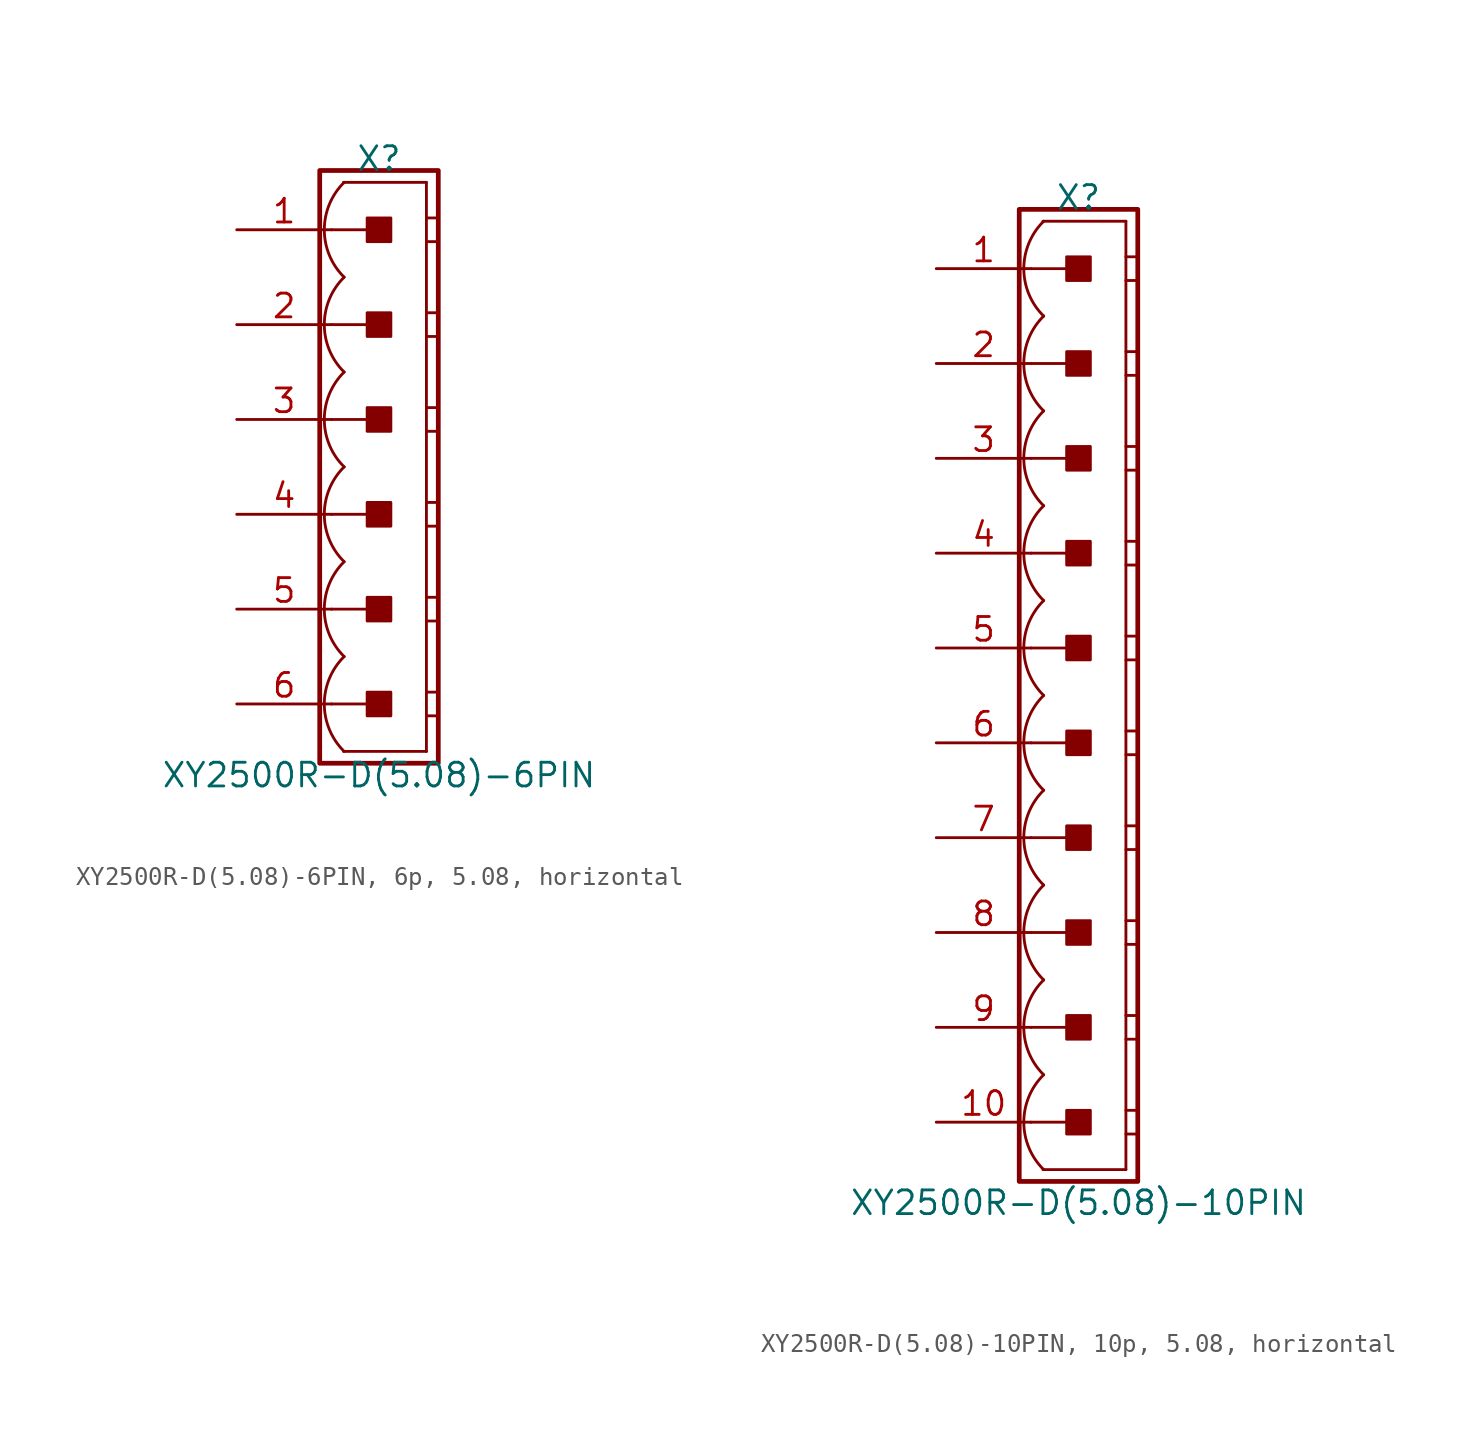
<source format=kicad_sym>
(kicad_symbol_lib
  (version 20241209)
  (generator "kicad_symbol_editor")
  (generator_version "9.0")
  (symbol "XY2500R-D(5.08)-6PIN, 6p, 5.08, horizontal"
    (pin_names
      (offset 1.016)
      (hide yes))
    (property "Reference" "X"
      (at 0 16.51 0)
      (effects (font (size 1.27 1.27))))
    (property "Value" "XY2500R-D(5.08)-6PIN"
      (at 0 -16.51 0)
      (effects (font (size 1.27 1.27))))
    (symbol "XY2500R-D(5.08)-6PIN, 6p, 5.08, horizontal_0_1"
      (polyline (pts (xy 2.54 15.24) (xy -1.905 15.24)) (stroke (width 0.152) (type default)) (fill (type none)))
      (polyline (pts (xy 2.54 15.24) (xy 2.54 -15.24)) (stroke (width 0.152) (type default)) (fill (type none)))
      (polyline (pts (xy 2.54 13.335) (xy 3.175 13.335)) (stroke (width 0.152) (type default)) (fill (type none)))
      (polyline (pts (xy 2.54 12.065) (xy 3.175 12.065)) (stroke (width 0.152) (type default)) (fill (type none)))
      (polyline (pts (xy 2.54 8.255) (xy 3.175 8.255)) (stroke (width 0.152) (type default)) (fill (type none)))
      (polyline (pts (xy 2.54 6.985) (xy 3.175 6.985)) (stroke (width 0.152) (type default)) (fill (type none)))
      (polyline (pts (xy 2.54 3.175) (xy 3.175 3.175)) (stroke (width 0.152) (type default)) (fill (type none)))
      (polyline (pts (xy 2.54 1.905) (xy 3.175 1.905)) (stroke (width 0.152) (type default)) (fill (type none)))
      (polyline (pts (xy 2.54 -1.905) (xy 3.175 -1.905)) (stroke (width 0.152) (type default)) (fill (type none)))
      (polyline (pts (xy 2.54 -3.175) (xy 3.175 -3.175)) (stroke (width 0.152) (type default)) (fill (type none)))
      (polyline (pts (xy 2.54 -6.985) (xy 3.175 -6.985)) (stroke (width 0.152) (type default)) (fill (type none)))
      (polyline (pts (xy 2.54 -8.255) (xy 3.175 -8.255)) (stroke (width 0.152) (type default)) (fill (type none)))
      (polyline (pts (xy 2.54 -12.065) (xy 3.175 -12.065)) (stroke (width 0.152) (type default)) (fill (type none)))
      (polyline (pts (xy 2.54 -13.335) (xy 3.175 -13.335)) (stroke (width 0.152) (type default)) (fill (type none)))
      (polyline (pts (xy 2.54 -15.24) (xy -1.905 -15.24)) (stroke (width 0.152) (type default)) (fill (type none))))
    (symbol "XY2500R-D(5.08)-6PIN, 6p, 5.08, horizontal_1_0"
      (polyline (pts (xy -2.54 12.7) (xy 0 12.7)) (stroke (width 0.152) (type default)) (fill (type none)))
      (polyline (pts (xy -2.54 7.62) (xy 0 7.62)) (stroke (width 0.152) (type default)) (fill (type none)))
      (polyline (pts (xy -2.54 2.54) (xy 0 2.54)) (stroke (width 0.152) (type default)) (fill (type none)))
      (polyline (pts (xy -2.54 -2.54) (xy 0 -2.54)) (stroke (width 0.152) (type default)) (fill (type none)))
      (polyline (pts (xy -2.54 -7.62) (xy 0 -7.62)) (stroke (width 0.152) (type default)) (fill (type none)))
      (polyline (pts (xy -2.54 -12.7) (xy 0 -12.7)) (stroke (width 0.152) (type default)) (fill (type none))))
    (symbol "XY2500R-D(5.08)-6PIN, 6p, 5.08, horizontal_1_1"
      (rectangle (start -3.175 15.875) (end 3.175 -15.875) (stroke (width 0.254) (type default)) (fill (type none)))
      (rectangle (start -0.635 12.065) (end 0.635 13.335) (stroke (width 0.152) (type default)) (fill (type outline)))
      (rectangle (start -0.635 6.985) (end 0.635 8.255) (stroke (width 0.152) (type default)) (fill (type outline)))
      (rectangle (start -0.635 1.905) (end 0.635 3.175) (stroke (width 0.152) (type default)) (fill (type outline)))
      (rectangle (start -0.635 -3.175) (end 0.635 -1.905) (stroke (width 0.152) (type default)) (fill (type outline)))
      (rectangle (start -0.635 -8.255) (end 0.635 -6.985) (stroke (width 0.152) (type default)) (fill (type outline)))
      (rectangle (start -0.635 -13.335) (end 0.635 -12.065) (stroke (width 0.152) (type default)) (fill (type outline)))
      (arc (start -1.8664 10.16) (mid -2.9299 12.7) (end -1.8664 15.24) (stroke (width 0.1524) (type default)) (fill (type none)))
      (arc (start -1.8664 5.08) (mid -2.9299 7.62) (end -1.8664 10.16) (stroke (width 0.1524) (type default)) (fill (type none)))
      (arc (start -1.8664 0) (mid -2.9299 2.54) (end -1.8664 5.08) (stroke (width 0.1524) (type default)) (fill (type none)))
      (arc (start -1.8664 -5.08) (mid -2.9299 -2.54) (end -1.8664 0) (stroke (width 0.1524) (type default)) (fill (type none)))
      (arc (start -1.8664 -10.16) (mid -2.9299 -7.62) (end -1.8664 -5.08) (stroke (width 0.1524) (type default)) (fill (type none)))
      (arc (start -1.8664 -15.24) (mid -2.9299 -12.7) (end -1.8664 -10.16) (stroke (width 0.1524) (type default)) (fill (type none)))
      (pin passive line (at -7.62 12.7 0) (length 5.08) (name "1" (effects (font (size 1.27 1.27)))) (number "1" (effects (font (size 1.27 1.27)))))
      (pin passive line (at -7.62 7.62 0) (length 5.08) (name "2" (effects (font (size 1.27 1.27)))) (number "2" (effects (font (size 1.27 1.27)))))
      (pin passive line (at -7.62 2.54 0) (length 5.08) (name "3" (effects (font (size 1.27 1.27)))) (number "3" (effects (font (size 1.27 1.27)))))
      (pin passive line (at -7.62 -2.54 0) (length 5.08) (name "4" (effects (font (size 1.27 1.27)))) (number "4" (effects (font (size 1.27 1.27)))))
      (pin passive line (at -7.62 -7.62 0) (length 5.08) (name "5" (effects (font (size 1.27 1.27)))) (number "5" (effects (font (size 1.27 1.27)))))
      (pin passive line (at -7.62 -12.7 0) (length 5.08) (name "6" (effects (font (size 1.27 1.27)))) (number "6" (effects (font (size 1.27 1.27)))))))
  (symbol "XY2500R-D(5.08)-10PIN, 10p, 5.08, horizontal"
    (pin_names
      (offset 1.016)
      (hide yes))
    (property "Reference" "X"
      (at 0 26.67 0)
      (effects (font (size 1.27 1.27))))
    (property "Value" "XY2500R-D(5.08)-10PIN"
      (at 0 -27.178 0)
      (effects (font (size 1.27 1.27))))
    (symbol "XY2500R-D(5.08)-10PIN, 10p, 5.08, horizontal_0_1"
      (polyline (pts (xy 2.54 25.4) (xy -1.905 25.4)) (stroke (width 0.152) (type default)) (fill (type none)))
      (polyline (pts (xy 2.54 25.4) (xy 2.54 -25.4)) (stroke (width 0.152) (type default)) (fill (type none)))
      (polyline (pts (xy 2.54 23.495) (xy 3.175 23.495)) (stroke (width 0.152) (type default)) (fill (type none)))
      (polyline (pts (xy 2.54 22.225) (xy 3.175 22.225)) (stroke (width 0.152) (type default)) (fill (type none)))
      (polyline (pts (xy 2.54 18.415) (xy 3.175 18.415)) (stroke (width 0.152) (type default)) (fill (type none)))
      (polyline (pts (xy 2.54 17.145) (xy 3.175 17.145)) (stroke (width 0.152) (type default)) (fill (type none)))
      (polyline (pts (xy 2.54 13.335) (xy 3.175 13.335)) (stroke (width 0.152) (type default)) (fill (type none)))
      (polyline (pts (xy 2.54 12.065) (xy 3.175 12.065)) (stroke (width 0.152) (type default)) (fill (type none)))
      (polyline (pts (xy 2.54 8.255) (xy 3.175 8.255)) (stroke (width 0.152) (type default)) (fill (type none)))
      (polyline (pts (xy 2.54 6.985) (xy 3.175 6.985)) (stroke (width 0.152) (type default)) (fill (type none)))
      (polyline (pts (xy 2.54 3.175) (xy 3.175 3.175)) (stroke (width 0.152) (type default)) (fill (type none)))
      (polyline (pts (xy 2.54 1.905) (xy 3.175 1.905)) (stroke (width 0.152) (type default)) (fill (type none)))
      (polyline (pts (xy 2.54 -1.905) (xy 3.175 -1.905)) (stroke (width 0.152) (type default)) (fill (type none)))
      (polyline (pts (xy 2.54 -3.175) (xy 3.175 -3.175)) (stroke (width 0.152) (type default)) (fill (type none)))
      (polyline (pts (xy 2.54 -6.985) (xy 3.175 -6.985)) (stroke (width 0.152) (type default)) (fill (type none)))
      (polyline (pts (xy 2.54 -8.255) (xy 3.175 -8.255)) (stroke (width 0.152) (type default)) (fill (type none)))
      (polyline (pts (xy 2.54 -12.065) (xy 3.175 -12.065)) (stroke (width 0.152) (type default)) (fill (type none)))
      (polyline (pts (xy 2.54 -13.335) (xy 3.175 -13.335)) (stroke (width 0.152) (type default)) (fill (type none)))
      (polyline (pts (xy 2.54 -17.145) (xy 3.175 -17.145)) (stroke (width 0.152) (type default)) (fill (type none)))
      (polyline (pts (xy 2.54 -18.415) (xy 3.175 -18.415)) (stroke (width 0.152) (type default)) (fill (type none)))
      (polyline (pts (xy 2.54 -22.225) (xy 3.175 -22.225)) (stroke (width 0.152) (type default)) (fill (type none)))
      (polyline (pts (xy 2.54 -23.495) (xy 3.175 -23.495)) (stroke (width 0.152) (type default)) (fill (type none)))
      (polyline (pts (xy 2.54 -25.4) (xy -1.905 -25.4)) (stroke (width 0.152) (type default)) (fill (type none))))
    (symbol "XY2500R-D(5.08)-10PIN, 10p, 5.08, horizontal_1_0"
      (polyline (pts (xy -2.54 22.86) (xy 0 22.86)) (stroke (width 0.152) (type default)) (fill (type none)))
      (polyline (pts (xy -2.54 17.78) (xy 0 17.78)) (stroke (width 0.152) (type default)) (fill (type none)))
      (polyline (pts (xy -2.54 12.7) (xy 0 12.7)) (stroke (width 0.152) (type default)) (fill (type none)))
      (polyline (pts (xy -2.54 7.62) (xy 0 7.62)) (stroke (width 0.152) (type default)) (fill (type none)))
      (polyline (pts (xy -2.54 2.54) (xy 0 2.54)) (stroke (width 0.152) (type default)) (fill (type none)))
      (polyline (pts (xy -2.54 -2.54) (xy 0 -2.54)) (stroke (width 0.152) (type default)) (fill (type none)))
      (polyline (pts (xy -2.54 -7.62) (xy 0 -7.62)) (stroke (width 0.152) (type default)) (fill (type none)))
      (polyline (pts (xy -2.54 -12.7) (xy 0 -12.7)) (stroke (width 0.152) (type default)) (fill (type none)))
      (polyline (pts (xy -2.54 -17.78) (xy 0 -17.78)) (stroke (width 0.152) (type default)) (fill (type none)))
      (polyline (pts (xy -2.54 -22.86) (xy 0 -22.86)) (stroke (width 0.152) (type default)) (fill (type none))))
    (symbol "XY2500R-D(5.08)-10PIN, 10p, 5.08, horizontal_1_1"
      (rectangle (start -3.175 26.035) (end 3.175 -26.035) (stroke (width 0.254) (type default)) (fill (type none)))
      (rectangle (start -0.635 22.225) (end 0.635 23.495) (stroke (width 0.152) (type default)) (fill (type outline)))
      (rectangle (start -0.635 17.145) (end 0.635 18.415) (stroke (width 0.152) (type default)) (fill (type outline)))
      (rectangle (start -0.635 12.065) (end 0.635 13.335) (stroke (width 0.152) (type default)) (fill (type outline)))
      (rectangle (start -0.635 6.985) (end 0.635 8.255) (stroke (width 0.152) (type default)) (fill (type outline)))
      (rectangle (start -0.635 1.905) (end 0.635 3.175) (stroke (width 0.152) (type default)) (fill (type outline)))
      (rectangle (start -0.635 -3.175) (end 0.635 -1.905) (stroke (width 0.152) (type default)) (fill (type outline)))
      (rectangle (start -0.635 -8.255) (end 0.635 -6.985) (stroke (width 0.152) (type default)) (fill (type outline)))
      (rectangle (start -0.635 -13.335) (end 0.635 -12.065) (stroke (width 0.152) (type default)) (fill (type outline)))
      (rectangle (start -0.635 -18.415) (end 0.635 -17.145) (stroke (width 0.152) (type default)) (fill (type outline)))
      (rectangle (start -0.635 -23.495) (end 0.635 -22.225) (stroke (width 0.152) (type default)) (fill (type outline)))
      (arc (start -1.8664 20.32) (mid -2.9299 22.86) (end -1.8664 25.4) (stroke (width 0.1524) (type default)) (fill (type none)))
      (arc (start -1.8664 15.24) (mid -2.9299 17.78) (end -1.8664 20.32) (stroke (width 0.1524) (type default)) (fill (type none)))
      (arc (start -1.8664 10.16) (mid -2.9299 12.7) (end -1.8664 15.24) (stroke (width 0.1524) (type default)) (fill (type none)))
      (arc (start -1.8664 5.08) (mid -2.9299 7.62) (end -1.8664 10.16) (stroke (width 0.1524) (type default)) (fill (type none)))
      (arc (start -1.8664 0) (mid -2.9299 2.54) (end -1.8664 5.08) (stroke (width 0.1524) (type default)) (fill (type none)))
      (arc (start -1.8664 -5.08) (mid -2.9299 -2.54) (end -1.8664 0) (stroke (width 0.1524) (type default)) (fill (type none)))
      (arc (start -1.8664 -10.16) (mid -2.9299 -7.62) (end -1.8664 -5.08) (stroke (width 0.1524) (type default)) (fill (type none)))
      (arc (start -1.8664 -15.24) (mid -2.9299 -12.7) (end -1.8664 -10.16) (stroke (width 0.1524) (type default)) (fill (type none)))
      (arc (start -1.8664 -20.32) (mid -2.9299 -17.78) (end -1.8664 -15.24) (stroke (width 0.1524) (type default)) (fill (type none)))
      (arc (start -1.8664 -25.4) (mid -2.9299 -22.86) (end -1.8664 -20.32) (stroke (width 0.1524) (type default)) (fill (type none)))
      (pin passive line (at -7.62 22.86 0) (length 5.08) (name "1" (effects (font (size 1.27 1.27)))) (number "1" (effects (font (size 1.27 1.27)))))
      (pin passive line (at -7.62 17.78 0) (length 5.08) (name "2" (effects (font (size 1.27 1.27)))) (number "2" (effects (font (size 1.27 1.27)))))
      (pin passive line (at -7.62 12.7 0) (length 5.08) (name "3" (effects (font (size 1.27 1.27)))) (number "3" (effects (font (size 1.27 1.27)))))
      (pin passive line (at -7.62 7.62 0) (length 5.08) (name "4" (effects (font (size 1.27 1.27)))) (number "4" (effects (font (size 1.27 1.27)))))
      (pin passive line (at -7.62 2.54 0) (length 5.08) (name "5" (effects (font (size 1.27 1.27)))) (number "5" (effects (font (size 1.27 1.27)))))
      (pin passive line (at -7.62 -2.54 0) (length 5.08) (name "6" (effects (font (size 1.27 1.27)))) (number "6" (effects (font (size 1.27 1.27)))))
      (pin passive line (at -7.62 -7.62 0) (length 5.08) (name "7" (effects (font (size 1.27 1.27)))) (number "7" (effects (font (size 1.27 1.27)))))
      (pin passive line (at -7.62 -12.7 0) (length 5.08) (name "8" (effects (font (size 1.27 1.27)))) (number "8" (effects (font (size 1.27 1.27)))))
      (pin passive line (at -7.62 -17.78 0) (length 5.08) (name "9" (effects (font (size 1.27 1.27)))) (number "9" (effects (font (size 1.27 1.27)))))
      (pin passive line (at -7.62 -22.86 0) (length 5.08) (name "10" (effects (font (size 1.27 1.27)))) (number "10" (effects (font (size 1.27 1.27))))))))
</source>
